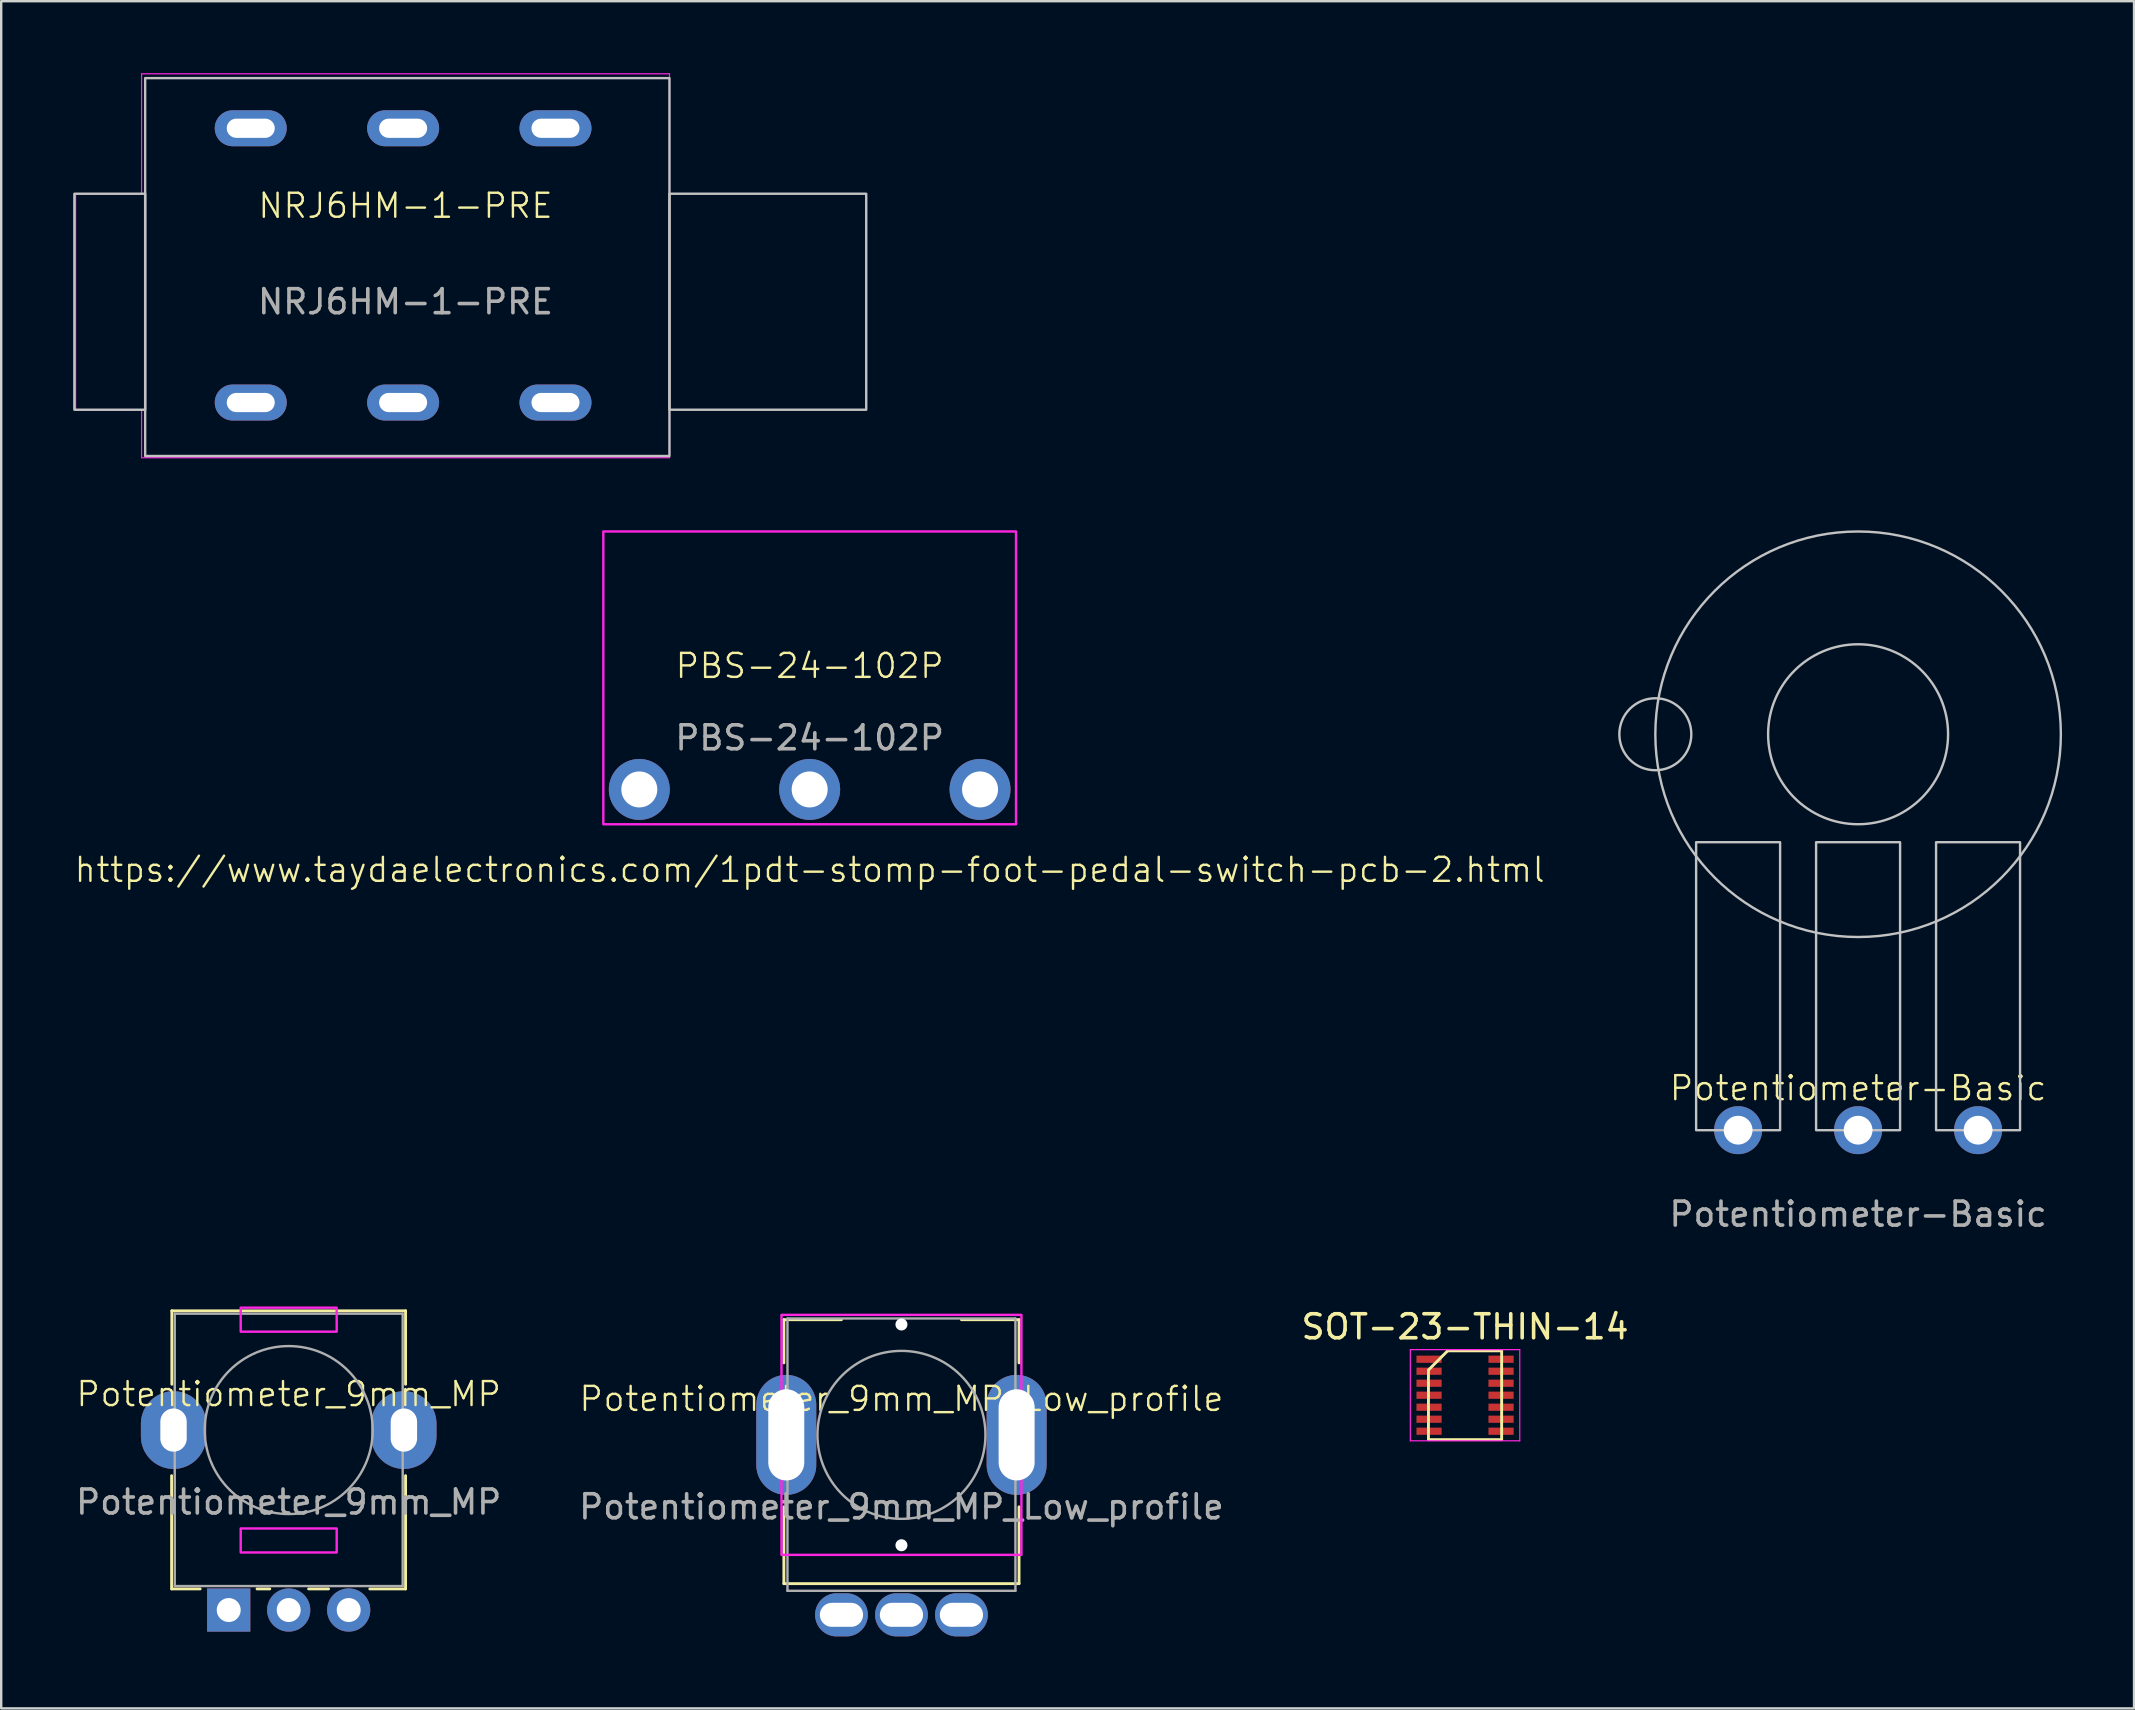
<source format=kicad_pcb>
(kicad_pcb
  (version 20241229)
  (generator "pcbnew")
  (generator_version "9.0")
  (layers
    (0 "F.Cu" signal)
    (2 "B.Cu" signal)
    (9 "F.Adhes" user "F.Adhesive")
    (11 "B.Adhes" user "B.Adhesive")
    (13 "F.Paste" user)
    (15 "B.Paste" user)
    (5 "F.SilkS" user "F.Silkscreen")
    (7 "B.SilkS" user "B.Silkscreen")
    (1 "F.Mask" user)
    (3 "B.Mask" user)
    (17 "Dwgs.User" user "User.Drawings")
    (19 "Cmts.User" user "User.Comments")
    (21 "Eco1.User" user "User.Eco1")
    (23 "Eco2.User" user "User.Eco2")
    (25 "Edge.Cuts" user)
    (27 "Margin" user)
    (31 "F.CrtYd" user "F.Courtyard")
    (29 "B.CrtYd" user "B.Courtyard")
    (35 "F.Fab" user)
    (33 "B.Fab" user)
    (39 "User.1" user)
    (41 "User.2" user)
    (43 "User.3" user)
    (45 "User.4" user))
  (footprint "PBS-24-102P"
    (layer "F.Cu")
    (at 30.693 25.2)
    (property "Reference" "PBS-24-102P" (at 0 -0.5 0) (unlocked yes) (layer "F.SilkS") (effects (font (size 1 1) (thickness 0.1))))
    (property "Tayda" "https://www.taydaelectronics.com/1pdt-stomp-foot-pedal-switch-pcb-2.html" (at 0 8 0) (layer "F.SilkS") (effects (font (size 1 1) (thickness 0.1))))
    (attr through_hole)
    (fp_rect (start -8.6 -6.1) (end 8.6 6.1) (stroke (width 0.1) (type solid)) (fill no) (layer "F.CrtYd"))
    (fp_text user "${REFERENCE}" (at 0 2.5 0) (unlocked yes) (layer "F.Fab") (effects (font (size 1 1) (thickness 0.15))))
    (pad "1" thru_hole circle (at 7.1 4.65) (size 2.54 2.54) (drill 1.5) (layers "*.Cu" "*.Mask"))
    (pad "2" thru_hole circle (at 0 4.65) (size 2.54 2.54) (drill 1.5) (layers "*.Cu" "*.Mask"))
    (pad "3" thru_hole circle (at -7.1 4.65) (size 2.54 2.54) (drill 1.5) (layers "*.Cu" "*.Mask")))
  (footprint "Potentiometer_9mm_MP_Low_profile"
    (layer "F.Cu")
    (at 34.518 56.748)
    (property "Reference" "Potentiometer_9mm_MP_Low_profile" (at 0 -1.5 0) (unlocked yes) (layer "F.SilkS") (effects (font (size 1 1) (thickness 0.1))))
    (attr through_hole)
    (fp_line (start -4.9 -3) (end -4.9 -4.8) (stroke (width 0.12) (type solid)) (layer "F.SilkS"))
    (fp_line (start -4.9 6.2) (end -4.9 3) (stroke (width 0.12) (type solid)) (layer "F.SilkS"))
    (fp_line (start -4.9 6.2) (end 4.9 6.2) (stroke (width 0.12) (type solid)) (layer "F.SilkS"))
    (fp_line (start -2.5 -4.8) (end -4.9 -4.8) (stroke (width 0.12) (type solid)) (layer "F.SilkS"))
    (fp_line (start 2.5 -4.8) (end 4.9 -4.8) (stroke (width 0.12) (type solid)) (layer "F.SilkS"))
    (fp_line (start 4.9 -3) (end 4.9 -4.8) (stroke (width 0.12) (type solid)) (layer "F.SilkS"))
    (fp_line (start 4.9 6.2) (end 4.9 3) (stroke (width 0.12) (type solid)) (layer "F.SilkS"))
    (fp_rect (start -5 -5) (end 5 5) (stroke (width 0.1) (type solid)) (fill no) (layer "F.CrtYd"))
    (fp_line (start -4.75 6.5) (end -4.75 -4.85) (stroke (width 0.1) (type solid)) (layer "F.Fab"))
    (fp_line (start 4.75 -4.85) (end -4.75 -4.85) (stroke (width 0.1) (type solid)) (layer "F.Fab"))
    (fp_line (start 4.75 6.5) (end -4.75 6.5) (stroke (width 0.1) (type solid)) (layer "F.Fab"))
    (fp_line (start 4.75 6.5) (end 4.75 -4.85) (stroke (width 0.1) (type solid)) (layer "F.Fab"))
    (fp_circle (center 0 0) (end -3.5 0) (stroke (width 0.1) (type solid)) (fill no) (layer "F.Fab"))
    (fp_text user "${REFERENCE}" (at 0 3 0) (unlocked yes) (layer "F.Fab") (effects (font (size 1 1) (thickness 0.15))))
    (pad "" np_thru_hole circle (at 0 -4.6) (size 0.5 0.5) (drill oval 4 1.5) (layers "*.Cu" "*.Mask"))
    (pad "" np_thru_hole circle (at 0 4.6) (size 0.5 0.5) (drill oval 4 1.5) (layers "*.Cu" "*.Mask"))
    (pad "1" thru_hole oval (at -2.5 7.5) (size 2.2 1.8) (drill oval 1.8 1) (layers "*.Cu" "*.Mask"))
    (pad "2" thru_hole oval (at 0 7.5) (size 2.2 1.8) (drill oval 1.8 1) (layers "*.Cu" "*.Mask"))
    (pad "3" thru_hole oval (at 2.5 7.5) (size 2.2 1.8) (drill oval 1.8 1) (layers "*.Cu" "*.Mask"))
    (pad "MP" thru_hole oval (at -4.8 0) (size 2.5 5) (drill oval 1.5 3.8) (layers "*.Cu" "*.Mask"))
    (pad "MP" thru_hole oval (at 4.8 0) (size 2.5 5) (drill oval 1.5 3.8) (layers "*.Cu" "*.Mask")))
  (footprint "Potentiometer-Basic"
    (layer "F.Cu")
    (at 74.386 27.55)
    (property "Reference" "Potentiometer-Basic" (at 0 14.75 0) (unlocked yes) (layer "F.SilkS") (effects (font (size 1 1) (thickness 0.1))))
    (attr through_hole)
    (fp_rect (start -6.75 4.5) (end -3.25 16.5) (stroke (width 0.1) (type default)) (fill no) (layer "Dwgs.User"))
    (fp_rect (start -1.75 4.5) (end 1.75 16.5) (stroke (width 0.1) (type default)) (fill no) (layer "Dwgs.User"))
    (fp_rect (start 3.25 4.5) (end 6.75 16.5) (stroke (width 0.1) (type default)) (fill no) (layer "Dwgs.User"))
    (fp_circle (center -8.45 0) (end -6.95 0) (stroke (width 0.1) (type default)) (fill no) (layer "Dwgs.User"))
    (fp_circle (center 0 0) (end 3.75 0) (stroke (width 0.1) (type default)) (fill no) (layer "Dwgs.User"))
    (fp_circle (center 0 0) (end 8.45 0) (stroke (width 0.1) (type default)) (fill no) (layer "Dwgs.User"))
    (fp_text user "${REFERENCE}" (at 0 20 0) (unlocked yes) (layer "F.Fab") (effects (font (size 1 1) (thickness 0.15))))
    (pad "1" thru_hole circle (at -5 16.5) (size 2 2) (drill 1.2) (layers "*.Cu" "*.Mask"))
    (pad "2" thru_hole circle (at 0 16.5) (size 2 2) (drill 1.2) (layers "*.Cu" "*.Mask"))
    (pad "3" thru_hole circle (at 5 16.5) (size 2 2) (drill 1.2) (layers "*.Cu" "*.Mask")))
  (footprint "SOT-23-THIN-14"
    (layer "F.Cu")
    (at 58.006 55.096)
    (property "Reference" "SOT-23-THIN-14" (at 0 -2.85 0) (layer "F.SilkS") (effects (font (size 1 1) (thickness 0.15))))
    (attr smd)
    (fp_line (start -1.525 -1.05) (end -0.725 -1.85) (stroke (width 0.12) (type default)) (layer "F.SilkS"))
    (fp_line (start -1.525 1.85) (end -1.525 -1.05) (stroke (width 0.12) (type default)) (layer "F.SilkS"))
    (fp_line (start -0.725 -1.85) (end 1.525 -1.85) (stroke (width 0.12) (type default)) (layer "F.SilkS"))
    (fp_line (start 1.525 -1.85) (end 1.525 1.85) (stroke (width 0.12) (type default)) (layer "F.SilkS"))
    (fp_line (start 1.525 1.85) (end -1.525 1.85) (stroke (width 0.12) (type default)) (layer "F.SilkS"))
    (fp_line (start -2.28 -1.9) (end 2.28 -1.9) (stroke (width 0.05) (type default)) (layer "F.CrtYd"))
    (fp_line (start -2.28 1.9) (end -2.28 -1.9) (stroke (width 0.05) (type default)) (layer "F.CrtYd"))
    (fp_line (start 2.28 -1.9) (end 2.28 1.9) (stroke (width 0.05) (type default)) (layer "F.CrtYd"))
    (fp_line (start 2.28 1.9) (end -2.28 1.9) (stroke (width 0.05) (type default)) (layer "F.CrtYd"))
    (pad "1" smd rect (at -1.5 -1.5 270) (size 0.3 1.05) (layers "F.Cu" "F.Mask" "F.Paste"))
    (pad "2" smd rect (at -1.5 -1 270) (size 0.3 1.05) (layers "F.Cu" "F.Mask" "F.Paste"))
    (pad "3" smd rect (at -1.5 -0.5 270) (size 0.3 1.05) (layers "F.Cu" "F.Mask" "F.Paste"))
    (pad "4" smd rect (at -1.5 0 270) (size 0.3 1.05) (layers "F.Cu" "F.Mask" "F.Paste"))
    (pad "5" smd rect (at -1.5 0.5 270) (size 0.3 1.05) (layers "F.Cu" "F.Mask" "F.Paste"))
    (pad "6" smd rect (at -1.5 1 270) (size 0.3 1.05) (layers "F.Cu" "F.Mask" "F.Paste"))
    (pad "7" smd rect (at -1.5 1.5 270) (size 0.3 1.05) (layers "F.Cu" "F.Mask" "F.Paste"))
    (pad "8" smd rect (at 1.5 1.5 270) (size 0.3 1.05) (layers "F.Cu" "F.Mask" "F.Paste"))
    (pad "9" smd rect (at 1.5 1 270) (size 0.3 1.05) (layers "F.Cu" "F.Mask" "F.Paste"))
    (pad "10" smd rect (at 1.5 0.5 270) (size 0.3 1.05) (layers "F.Cu" "F.Mask" "F.Paste"))
    (pad "11" smd rect (at 1.5 0 270) (size 0.3 1.05) (layers "F.Cu" "F.Mask" "F.Paste"))
    (pad "12" smd rect (at 1.5 -0.5 270) (size 0.3 1.05) (layers "F.Cu" "F.Mask" "F.Paste"))
    (pad "13" smd rect (at 1.5 -1 270) (size 0.3 1.05) (layers "F.Cu" "F.Mask" "F.Paste"))
    (pad "14" smd rect (at 1.5 -1.5 270) (size 0.3 1.05) (layers "F.Cu" "F.Mask" "F.Paste")))
  (footprint "NRJ6HM-1-PRE"
    (layer "F.Cu")
    (at 24.85 9.525)
    (property "Reference" "NRJ6HM-1-PRE" (at -11 -4 0) (unlocked yes) (layer "F.SilkS") (effects (font (size 1 1) (thickness 0.1))))
    (attr through_hole)
    (fp_rect (start -24.8 -4.5) (end -21.85 4.5) (stroke (width 0.1) (type solid)) (fill no) (layer "Dwgs.User"))
    (fp_rect (start 0 -4.5) (end 8.2 4.5) (stroke (width 0.1) (type solid)) (fill no) (layer "Dwgs.User"))
    (fp_rect (start 0 6.43) (end -21.85 -9.32) (stroke (width 0.1) (type solid)) (fill no) (layer "Dwgs.User"))
    (fp_line (start -24.75 -4.5) (end -22 -4.5) (stroke (width 0.05) (type default)) (layer "F.CrtYd"))
    (fp_line (start -24.75 4.5) (end -24.75 -4.5) (stroke (width 0.05) (type default)) (layer "F.CrtYd"))
    (fp_line (start -22 -9.5) (end 0 -9.5) (stroke (width 0.05) (type default)) (layer "F.CrtYd"))
    (fp_line (start -22 -4.5) (end -22 -9.5) (stroke (width 0.05) (type default)) (layer "F.CrtYd"))
    (fp_line (start -22 4.5) (end -24.75 4.5) (stroke (width 0.05) (type default)) (layer "F.CrtYd"))
    (fp_line (start -22 6.5) (end -22 4.5) (stroke (width 0.05) (type default)) (layer "F.CrtYd"))
    (fp_line (start 0 -9.5) (end 0 6.5) (stroke (width 0.05) (type default)) (layer "F.CrtYd"))
    (fp_line (start 0 6.5) (end -22 6.5) (stroke (width 0.05) (type default)) (layer "F.CrtYd"))
    (fp_text user "${REFERENCE}" (at -11 0 0) (unlocked yes) (layer "F.Fab") (effects (font (size 1 1) (thickness 0.15))))
    (pad "R" thru_hole oval (at -11.1 -7.23) (size 3 1.5) (drill oval 2 0.8) (layers "*.Cu" "*.Mask"))
    (pad "RN" thru_hole oval (at -11.1 4.2) (size 3 1.5) (drill oval 2 0.8) (layers "*.Cu" "*.Mask"))
    (pad "S" thru_hole oval (at -4.75 -7.23) (size 3 1.5) (drill oval 2 0.8) (layers "*.Cu" "*.Mask"))
    (pad "S" thru_hole oval (at -4.75 4.2) (size 3 1.5) (drill oval 2 0.8) (layers "*.Cu" "*.Mask"))
    (pad "T" thru_hole oval (at -17.45 -7.23) (size 3 1.5) (drill oval 2 0.8) (layers "*.Cu" "*.Mask"))
    (pad "TN" thru_hole oval (at -17.45 4.2) (size 3 1.5) (drill oval 2 0.8) (layers "*.Cu" "*.Mask")))
  (footprint "Potentiometer_9mm_MP"
    (layer "F.Cu")
    (at 8.982 56.548)
    (property "Reference" "Potentiometer_9mm_MP" (at 0 -1.5 0) (unlocked yes) (layer "F.SilkS") (effects (font (size 1 1) (thickness 0.1))))
    (attr through_hole)
    (fp_line (start -4.88 6.62) (end -4.88 1.9) (stroke (width 0.12) (type solid)) (layer "F.SilkS"))
    (fp_line (start -4.87 -1.91) (end -4.87 -4.97) (stroke (width 0.12) (type solid)) (layer "F.SilkS"))
    (fp_line (start -3.69 6.62) (end -4.87 6.62) (stroke (width 0.12) (type solid)) (layer "F.SilkS"))
    (fp_line (start -0.79 6.62) (end -1.32 6.62) (stroke (width 0.12) (type solid)) (layer "F.SilkS"))
    (fp_line (start 1.66 6.62) (end 0.83 6.62) (stroke (width 0.12) (type solid)) (layer "F.SilkS"))
    (fp_line (start 4.87 -4.97) (end -4.87 -4.97) (stroke (width 0.12) (type solid)) (layer "F.SilkS"))
    (fp_line (start 4.87 -1.91) (end 4.87 -4.97) (stroke (width 0.12) (type solid)) (layer "F.SilkS"))
    (fp_line (start 4.87 6.62) (end 3.38 6.62) (stroke (width 0.12) (type solid)) (layer "F.SilkS"))
    (fp_line (start 4.87 6.62) (end 4.87 1.9) (stroke (width 0.12) (type solid)) (layer "F.SilkS"))
    (fp_rect (start -2 -4.1) (end 2 -5.1) (stroke (width 0.1) (type solid)) (fill no) (layer "F.CrtYd"))
    (fp_rect (start -2 4.1) (end 2 5.1) (stroke (width 0.1) (type solid)) (fill no) (layer "F.CrtYd"))
    (fp_line (start -4.75 6.5) (end -4.75 -4.85) (stroke (width 0.1) (type solid)) (layer "F.Fab"))
    (fp_line (start 4.75 -4.85) (end -4.75 -4.85) (stroke (width 0.1) (type solid)) (layer "F.Fab"))
    (fp_line (start 4.75 6.5) (end -4.75 6.5) (stroke (width 0.1) (type solid)) (layer "F.Fab"))
    (fp_line (start 4.75 6.5) (end 4.75 -4.85) (stroke (width 0.1) (type solid)) (layer "F.Fab"))
    (fp_circle (center 0 0) (end -3.5 0) (stroke (width 0.1) (type solid)) (fill no) (layer "F.Fab"))
    (fp_text user "${REFERENCE}" (at 0 3 0) (unlocked yes) (layer "F.Fab") (effects (font (size 1 1) (thickness 0.15))))
    (pad "1" thru_hole rect (at -2.5 7.5) (size 1.8 1.8) (drill 1) (layers "*.Cu" "*.Mask"))
    (pad "2" thru_hole circle (at 0 7.5) (size 1.8 1.8) (drill 1) (layers "*.Cu" "*.Mask"))
    (pad "3" thru_hole circle (at 2.5 7.5) (size 1.8 1.8) (drill 1) (layers "*.Cu" "*.Mask"))
    (pad "MP" thru_hole oval (at -4.8 0) (size 2.72 3.24) (drill oval 1.1 1.8) (layers "*.Cu" "*.Mask"))
    (pad "MP" thru_hole oval (at 4.8 0) (size 2.72 3.24) (drill oval 1.1 1.8) (layers "*.Cu" "*.Mask")))
  (gr_rect
    (start -3 -3)
    (end 85.886 68.148)
    (stroke (width 0.1) (type default))
    (fill no)
    (layer "Edge.Cuts")))
</source>
